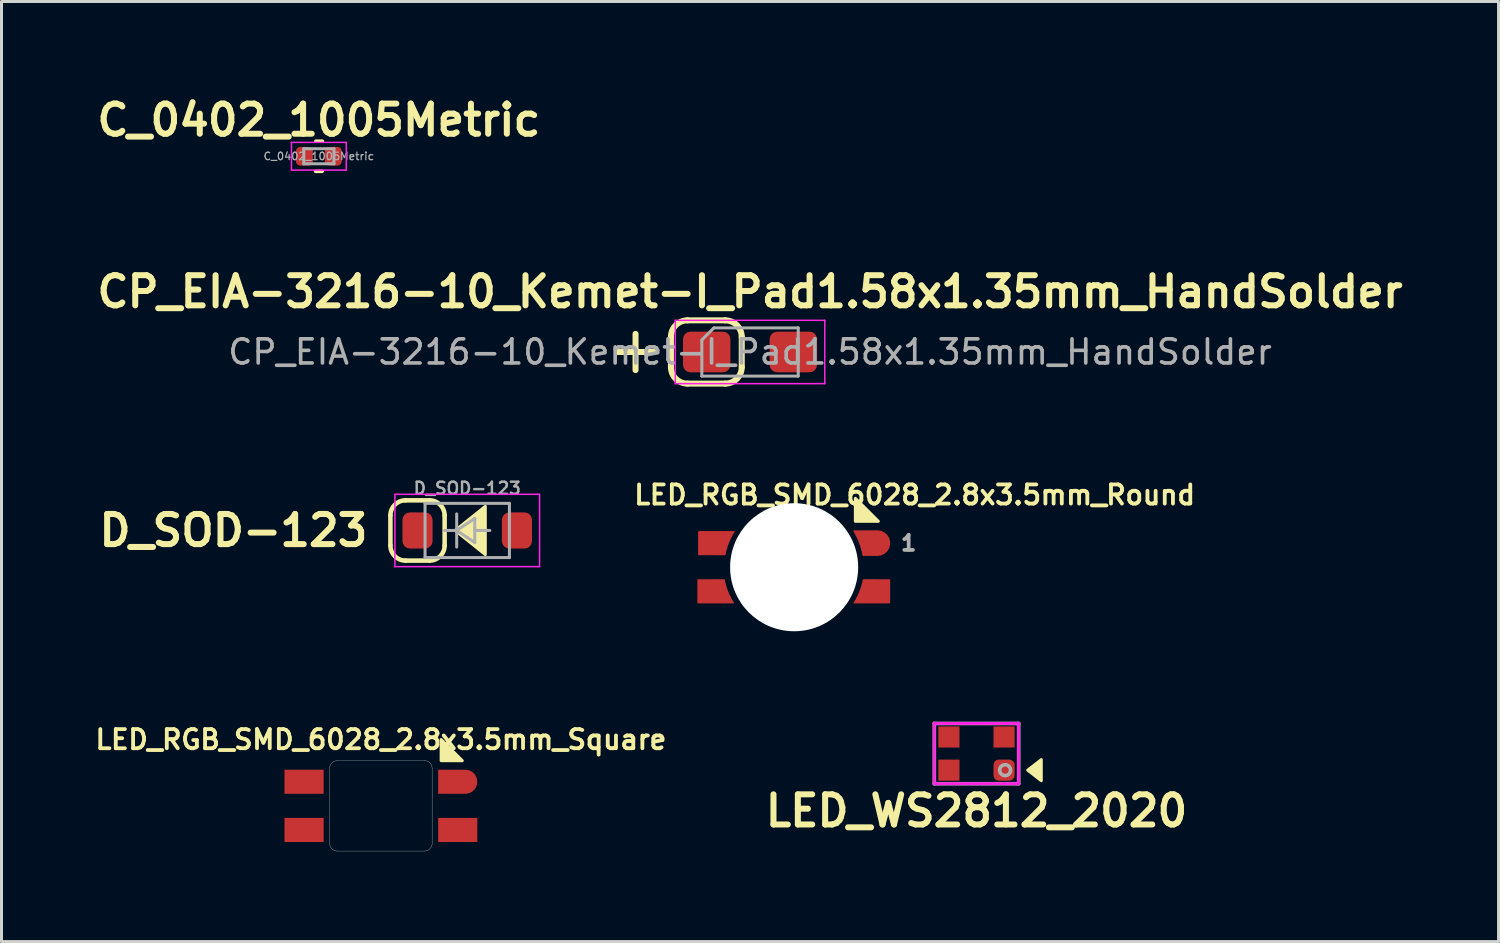
<source format=kicad_pcb>
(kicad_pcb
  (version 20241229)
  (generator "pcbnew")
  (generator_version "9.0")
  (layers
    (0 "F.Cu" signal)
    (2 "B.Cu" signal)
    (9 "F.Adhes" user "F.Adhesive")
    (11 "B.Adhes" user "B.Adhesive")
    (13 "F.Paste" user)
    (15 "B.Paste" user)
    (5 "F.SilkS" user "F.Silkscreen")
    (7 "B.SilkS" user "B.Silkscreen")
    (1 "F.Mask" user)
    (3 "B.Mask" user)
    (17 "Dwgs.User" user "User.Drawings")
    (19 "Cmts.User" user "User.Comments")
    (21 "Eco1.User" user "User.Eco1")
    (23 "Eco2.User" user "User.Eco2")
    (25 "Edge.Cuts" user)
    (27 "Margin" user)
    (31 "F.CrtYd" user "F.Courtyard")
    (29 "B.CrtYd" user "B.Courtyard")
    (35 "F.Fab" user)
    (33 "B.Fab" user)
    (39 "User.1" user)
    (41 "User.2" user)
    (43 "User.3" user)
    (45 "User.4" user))
  (footprint "C_0402_1005Metric"
    (layer "F.Cu")
    (at 7.533 2.136)
    (property "Reference" "C_0402_1005Metric" (at 0 -1.2 0) (layer "F.SilkS") (effects (font (size 1 1) (thickness 0.2))))
    (attr smd)
    (fp_line (start -0.108 0.5) (end 0.108 0.5) (stroke (width 0.12) (type solid)) (layer "F.SilkS"))
    (fp_line (start -0.1 -0.5) (end 0.116 -0.5) (stroke (width 0.12) (type solid)) (layer "F.SilkS"))
    (fp_line (start -0.91 -0.46) (end 0.91 -0.46) (stroke (width 0.05) (type solid)) (layer "F.CrtYd"))
    (fp_line (start -0.91 0.46) (end -0.91 -0.46) (stroke (width 0.05) (type solid)) (layer "F.CrtYd"))
    (fp_line (start 0.91 -0.46) (end 0.91 0.46) (stroke (width 0.05) (type solid)) (layer "F.CrtYd"))
    (fp_line (start 0.91 0.46) (end -0.91 0.46) (stroke (width 0.05) (type solid)) (layer "F.CrtYd"))
    (fp_line (start -0.5 -0.25) (end 0.5 -0.25) (stroke (width 0.1) (type solid)) (layer "F.Fab"))
    (fp_line (start -0.5 0.25) (end -0.5 -0.25) (stroke (width 0.1) (type solid)) (layer "F.Fab"))
    (fp_line (start 0.5 -0.25) (end 0.5 0.25) (stroke (width 0.1) (type solid)) (layer "F.Fab"))
    (fp_line (start 0.5 0.25) (end -0.5 0.25) (stroke (width 0.1) (type solid)) (layer "F.Fab"))
    (fp_text user "${REFERENCE}" (at 0 0 0) (layer "F.Fab") (effects (font (size 0.25 0.25) (thickness 0.04))))
    (pad "1" smd roundrect (at -0.48 0) (size 0.56 0.62) (layers "F.Cu" "F.Mask" "F.Paste") (roundrect_rratio 0.25))
    (pad "2" smd roundrect (at 0.48 0) (size 0.56 0.62) (layers "F.Cu" "F.Mask" "F.Paste") (roundrect_rratio 0.25)))
  (footprint "LED_WS2812_2020"
    (layer "F.Cu")
    (at 29.359 21.961)
    (property "Reference" "LED_WS2812_2020" (at 0 1.9 0) (layer "F.SilkS") (effects (font (size 1 1) (thickness 0.2))))
    (attr smd)
    (fp_poly (pts (xy 2.15 0.9) (xy 1.7 0.55) (xy 2.15 0.2)) (stroke (width 0.1) (type solid)) (fill yes) (layer "F.SilkS"))
    (fp_line (start -1.4 -1) (end -1.4 1) (stroke (width 0.1) (type solid)) (layer "F.CrtYd"))
    (fp_line (start -1.4 1) (end 1.4 1) (stroke (width 0.1) (type solid)) (layer "F.CrtYd"))
    (fp_line (start 1.4 -1) (end -1.4 -1) (stroke (width 0.1) (type solid)) (layer "F.CrtYd"))
    (fp_line (start 1.4 1) (end 1.4 -1) (stroke (width 0.1) (type solid)) (layer "F.CrtYd"))
    (fp_line (start -1.4 -1) (end 1.4 -1) (stroke (width 0.12) (type solid)) (layer "F.Fab"))
    (fp_line (start -1.4 1) (end -1.4 -1) (stroke (width 0.12) (type solid)) (layer "F.Fab"))
    (fp_line (start 1.4 -1) (end 1.4 1) (stroke (width 0.12) (type solid)) (layer "F.Fab"))
    (fp_line (start 1.4 1) (end -1.4 1) (stroke (width 0.12) (type solid)) (layer "F.Fab"))
    (fp_circle (center 0.95 0.55) (end 1.1 0.65) (stroke (width 0.12) (type solid)) (fill no) (layer "F.Fab"))
    (pad "1" smd roundrect (at 0.915 0.55) (size 0.7 0.7) (layers "F.Cu" "F.Mask" "F.Paste") (roundrect_rratio 0.25))
    (pad "2" smd rect (at 0.915 -0.55) (size 0.7 0.7) (layers "F.Cu" "F.Mask" "F.Paste"))
    (pad "3" smd rect (at -0.915 -0.55) (size 0.7 0.7) (layers "F.Cu" "F.Mask" "F.Paste"))
    (pad "4" smd rect (at -0.915 0.55) (size 0.7 0.7) (layers "F.Cu" "F.Mask" "F.Paste")))
  (footprint "D_SOD-123"
    (layer "F.Cu")
    (at 12.457 14.556)
    (property "Reference" "D_SOD-123" (at -3.2 0 0) (unlocked yes) (layer "F.SilkS") (effects (font (size 1 1) (thickness 0.2)) (justify right)))
    (attr smd)
    (fp_line (start -2.55 -0.5) (end -2.55 0.5) (stroke (width 0.15) (type solid)) (layer "F.SilkS"))
    (fp_line (start -2.05 -1) (end -1.25 -1) (stroke (width 0.15) (type solid)) (layer "F.SilkS"))
    (fp_line (start -1.25 1) (end -2.05 1) (stroke (width 0.15) (type solid)) (layer "F.SilkS"))
    (fp_line (start -0.75 -0.5) (end -0.75 0.5) (stroke (width 0.15) (type solid)) (layer "F.SilkS"))
    (fp_arc (start -2.55 -0.5) (mid -2.403553 -0.853553) (end -2.05 -1) (stroke (width 0.15) (type solid)) (layer "F.SilkS"))
    (fp_arc (start -2.05 1) (mid -2.403553 0.853553) (end -2.55 0.5) (stroke (width 0.15) (type solid)) (layer "F.SilkS"))
    (fp_arc (start -1.25 -1) (mid -0.896447 -0.853553) (end -0.75 -0.5) (stroke (width 0.15) (type solid)) (layer "F.SilkS"))
    (fp_arc (start -0.75 0.5) (mid -0.896447 0.853553) (end -1.25 1) (stroke (width 0.15) (type solid)) (layer "F.SilkS"))
    (fp_poly (pts (xy -0.4 0) (xy 0.6 -0.8) (xy 0.6 0.8)) (stroke (width 0.1) (type solid)) (fill yes) (layer "F.SilkS"))
    (fp_line (start -2.4 -1.2) (end -2.4 1.2) (stroke (width 0.05) (type solid)) (layer "F.CrtYd"))
    (fp_line (start -2.4 -1.2) (end 2.4 -1.2) (stroke (width 0.05) (type solid)) (layer "F.CrtYd"))
    (fp_line (start 2.4 -1.2) (end 2.4 1.2) (stroke (width 0.05) (type solid)) (layer "F.CrtYd"))
    (fp_line (start 2.4 1.2) (end -2.4 1.2) (stroke (width 0.05) (type solid)) (layer "F.CrtYd"))
    (fp_line (start -1.4 -0.9) (end 1.4 -0.9) (stroke (width 0.1) (type solid)) (layer "F.Fab"))
    (fp_line (start -1.4 0.9) (end -1.4 -0.9) (stroke (width 0.1) (type solid)) (layer "F.Fab"))
    (fp_line (start -0.75 0) (end -0.35 0) (stroke (width 0.1) (type solid)) (layer "F.Fab"))
    (fp_line (start -0.35 0) (end -0.35 -0.55) (stroke (width 0.1) (type solid)) (layer "F.Fab"))
    (fp_line (start -0.35 0) (end -0.35 0.55) (stroke (width 0.1) (type solid)) (layer "F.Fab"))
    (fp_line (start -0.35 0) (end 0.25 -0.4) (stroke (width 0.1) (type solid)) (layer "F.Fab"))
    (fp_line (start 0.25 -0.4) (end 0.25 0.4) (stroke (width 0.1) (type solid)) (layer "F.Fab"))
    (fp_line (start 0.25 0) (end 0.75 0) (stroke (width 0.1) (type solid)) (layer "F.Fab"))
    (fp_line (start 0.25 0.4) (end -0.35 0) (stroke (width 0.1) (type solid)) (layer "F.Fab"))
    (fp_line (start 1.4 -0.9) (end 1.4 0.9) (stroke (width 0.1) (type solid)) (layer "F.Fab"))
    (fp_line (start 1.4 0.9) (end -1.4 0.9) (stroke (width 0.1) (type solid)) (layer "F.Fab"))
    (fp_text user "${REFERENCE}" (at 0 -1.4 180) (layer "F.Fab") (effects (font (size 0.4 0.4) (thickness 0.08))))
    (pad "1" smd roundrect (at -1.65 0) (size 1 1.2) (layers "F.Cu" "F.Mask" "F.Paste") (roundrect_rratio 0.25))
    (pad "2" smd roundrect (at 1.65 0) (size 1 1.2) (layers "F.Cu" "F.Mask" "F.Paste") (roundrect_rratio 0.25)))
  (footprint "CP_EIA-3216-10_Kemet-I_Pad1.58x1.35mm_HandSolder"
    (layer "F.Cu")
    (at 21.843 8.632)
    (property "Reference" "CP_EIA-3216-10_Kemet-I_Pad1.58x1.35mm_HandSolder" (at 0 -2 180) (layer "F.SilkS") (effects (font (size 1 1) (thickness 0.2))))
    (attr smd)
    (fp_line (start -4.4 0) (end -3.2 0) (stroke (width 0.2) (type solid)) (layer "F.SilkS"))
    (fp_line (start -3.8 0.6) (end -3.8 -0.6) (stroke (width 0.2) (type solid)) (layer "F.SilkS"))
    (fp_line (start -2.625 -0.5) (end -2.625 0.5) (stroke (width 0.2) (type solid)) (layer "F.SilkS"))
    (fp_line (start -2.075 1.05) (end -0.825 1.05) (stroke (width 0.2) (type solid)) (layer "F.SilkS"))
    (fp_line (start -2.075 -1.05) (end -0.825 -1.05) (stroke (width 0.2) (type solid)) (layer "F.SilkS"))
    (fp_line (start -0.275 -0.5) (end -0.275 0.5) (stroke (width 0.2) (type solid)) (layer "F.SilkS"))
    (fp_arc (start -2.625002 -0.500002) (mid -2.463909 -0.88891) (end -2.075 -1.05) (stroke (width 0.2) (type solid)) (layer "F.SilkS"))
    (fp_arc (start -2.075004 1.050002) (mid -2.463912 0.888909) (end -2.625002 0.5) (stroke (width 0.2) (type solid)) (layer "F.SilkS"))
    (fp_arc (start -0.824998 -1.050002) (mid -0.43609 -0.888909) (end -0.275 -0.5) (stroke (width 0.2) (type solid)) (layer "F.SilkS"))
    (fp_arc (start -0.275 0.500002) (mid -0.436093 0.88891) (end -0.825002 1.05) (stroke (width 0.2) (type solid)) (layer "F.SilkS"))
    (fp_line (start -2.48 -1.05) (end 2.48 -1.05) (stroke (width 0.05) (type solid)) (layer "F.CrtYd"))
    (fp_line (start -2.48 1.05) (end -2.48 -1.05) (stroke (width 0.05) (type solid)) (layer "F.CrtYd"))
    (fp_line (start 2.48 -1.05) (end 2.48 1.05) (stroke (width 0.05) (type solid)) (layer "F.CrtYd"))
    (fp_line (start 2.48 1.05) (end -2.48 1.05) (stroke (width 0.05) (type solid)) (layer "F.CrtYd"))
    (fp_line (start -1.6 -0.4) (end -1.6 0.8) (stroke (width 0.1) (type solid)) (layer "F.Fab"))
    (fp_line (start -1.6 0.8) (end 1.6 0.8) (stroke (width 0.1) (type solid)) (layer "F.Fab"))
    (fp_line (start -1.2 -0.8) (end -1.6 -0.4) (stroke (width 0.1) (type solid)) (layer "F.Fab"))
    (fp_line (start 1.6 -0.8) (end -1.2 -0.8) (stroke (width 0.1) (type solid)) (layer "F.Fab"))
    (fp_line (start 1.6 0.8) (end 1.6 -0.8) (stroke (width 0.1) (type solid)) (layer "F.Fab"))
    (fp_text user "${REFERENCE}" (at 0 0 180) (layer "F.Fab") (effects (font (size 0.8 0.8) (thickness 0.12))))
    (pad "1" smd roundrect (at -1.438 0) (size 1.575 1.35) (layers "F.Cu" "F.Mask" "F.Paste") (roundrect_rratio 0.185))
    (pad "2" smd roundrect (at 1.438 0) (size 1.575 1.35) (layers "F.Cu" "F.Mask" "F.Paste") (roundrect_rratio 0.185)))
  (footprint "LED_RGB_SMD_6028_2.8x3.5mm_Square"
    (layer "F.Cu")
    (at 9.592 23.696)
    (property "Reference" "LED_RGB_SMD_6028_2.8x3.5mm_Square" (at 0 -2.2 0) (layer "F.SilkS") (effects (font (size 0.635 0.635) (thickness 0.127))))
    (attr smd)
    (fp_poly (pts (xy 2.7 -1.5) (xy 2 -1.5) (xy 2 -2.2)) (stroke (width 0.1) (type solid)) (fill yes) (layer "F.SilkS"))
    (fp_line (start -1.7 1.25) (end -1.7 -1.25) (stroke (width 0.01) (type solid)) (layer "Edge.Cuts"))
    (fp_line (start -1.45 1.5) (end 1.45 1.5) (stroke (width 0.01) (type solid)) (layer "Edge.Cuts"))
    (fp_line (start -1.45 -1.5) (end 1.45 -1.5) (stroke (width 0.01) (type solid)) (layer "Edge.Cuts"))
    (fp_line (start 1.7 1.25) (end 1.7 -1.25) (stroke (width 0.01) (type solid)) (layer "Edge.Cuts"))
    (fp_arc (start -1.700001 -1.250001) (mid -1.626777 -1.426777) (end -1.45 -1.5) (stroke (width 0.01) (type solid)) (layer "Edge.Cuts"))
    (fp_arc (start -1.450002 1.5) (mid -1.626778 1.426776) (end -1.700001 1.249999) (stroke (width 0.01) (type solid)) (layer "Edge.Cuts"))
    (fp_arc (start 1.450001 -1.5) (mid 1.626777 -1.426776) (end 1.7 -1.249999) (stroke (width 0.01) (type solid)) (layer "Edge.Cuts"))
    (fp_arc (start 1.7 1.250001) (mid 1.626776 1.426777) (end 1.449999 1.5) (stroke (width 0.01) (type solid)) (layer "Edge.Cuts"))
    (pad "1" smd trapezoid (at -2.55 0.8) (size 1.3 0.8) (layers "F.Cu" "F.Mask" "F.Paste"))
    (pad "2" smd trapezoid (at -2.55 -0.8) (size 1.3 0.8) (layers "F.Cu" "F.Mask" "F.Paste"))
    (pad "3" smd trapezoid (at 2.55 0.8) (size 1.3 0.8) (layers "F.Cu" "F.Mask" "F.Paste"))
    (pad "4" smd custom (at 2.8 -0.8) (size 0.8 0.8) (layers "F.Cu" "F.Mask" "F.Paste") (options (anchor circle)) (primitives (gr_poly (pts (xy 0 0.4) (xy -0.9 0.4) (xy -0.9 -0.4) (xy 0 -0.4)) (width 0) (fill yes)))))
  (footprint "LED_RGB_SMD_6028_2.8x3.5mm_Round"
    (layer "F.Cu")
    (at 23.307 15.776)
    (property "Reference" "LED_RGB_SMD_6028_2.8x3.5mm_Round" (at 4 -2.4 0) (layer "F.SilkS") (effects (font (size 0.635 0.635) (thickness 0.127))))
    (attr smd)
    (fp_poly (pts (xy 2.794 -1.524) (xy 2.032 -1.524) (xy 2.032 -2.286)) (stroke (width 0.1) (type solid)) (fill yes) (layer "F.SilkS"))
    (fp_text user "1" (at 3.8 -0.8 0) (layer "F.Fab") (effects (font (size 0.5 0.5) (thickness 0.125))))
    (pad "" np_thru_hole circle (at 0 0 180) (size 4.25 4.25) (drill 4.25) (layers "*.Cu" "*.Mask"))
    (pad "1" smd custom (at -2.667 0.8 180) (size 0.5 0.5) (layers "F.Cu" "F.Mask" "F.Paste") (options (anchor circle)) (primitives (gr_arc (start -0.65 -0.38) (mid -0.461984 -0.014048) (end -0.346215 0.380753) (width 0.04)) (gr_line (start 0.525 0.38) (end -0.346 0.383) (width 0.04)) (gr_line (start 0.525 0.38) (end 0.525 -0.38) (width 0.04)) (gr_poly (pts (xy -0.325 0.375) (xy 0.525 0.375) (xy 0.525 -0.375) (xy -0.625 -0.375) (xy -0.425 0.025)) (width 0.04) (fill yes)) (gr_line (start 0.525 -0.38) (end -0.65 -0.38) (width 0.04))))
    (pad "2" smd custom (at -2.642 -0.8 180) (size 0.5 0.5) (layers "F.Cu" "F.Mask" "F.Paste") (options (anchor circle)) (primitives (gr_arc (start -0.346215 -0.380753) (mid -0.461984 0.014048) (end -0.65 0.38) (width 0.04)) (gr_line (start 0.525 -0.38) (end -0.346 -0.383) (width 0.04)) (gr_line (start 0.525 -0.38) (end 0.525 0.38) (width 0.04)) (gr_poly (pts (xy -0.325 -0.375) (xy 0.525 -0.375) (xy 0.525 0.375) (xy -0.625 0.375) (xy -0.425 -0.025)) (width 0.04) (fill yes)) (gr_line (start 0.525 0.38) (end -0.65 0.38) (width 0.04))))
    (pad "3" smd custom (at 2.565 -0.8) (size 0.5 0.5) (layers "F.Cu" "F.Mask" "F.Paste") (options (anchor circle)) (primitives (gr_poly (pts (xy -0.55 -0.4) (xy -0.45 -0.2) (xy -0.35 0.025) (xy -0.3 0.25) (xy -0.25 0.4) (xy 0.175 0.4) (xy 0.175 -0.4)) (width 0.04) (fill yes)) (gr_line (start -0.575 -0.4) (end 0.2 -0.4) (width 0.05)) (gr_arc (start -0.575704 -0.399073) (mid -0.388113 -0.01355) (end -0.275001 0.4) (width 0.05)) (gr_arc (start 0.2 -0.4) (mid 0.6 0) (end 0.2 0.4) (width 0.05)) (gr_circle (center 0.2 0) (end 0.4 0) (width 0.4) (fill no)) (gr_line (start -0.275 0.4) (end 0.2 0.4) (width 0.05))))
    (pad "4" smd custom (at 2.642 0.8) (size 0.5 0.5) (layers "F.Cu" "F.Mask" "F.Paste") (options (anchor circle)) (primitives (gr_arc (start -0.346215 -0.380753) (mid -0.461984 0.014048) (end -0.65 0.38) (width 0.04)) (gr_line (start 0.525 -0.38) (end -0.346 -0.383) (width 0.04)) (gr_line (start 0.525 -0.38) (end 0.525 0.38) (width 0.04)) (gr_poly (pts (xy -0.325 -0.375) (xy 0.525 -0.375) (xy 0.525 0.375) (xy -0.625 0.375) (xy -0.425 -0.025)) (width 0.04) (fill yes)) (gr_line (start 0.525 0.38) (end -0.65 0.38) (width 0.04)))))
  (gr_rect
    (start -3 -3)
    (end 46.686 28.201)
    (stroke (width 0.1) (type default))
    (fill no)
    (layer "Edge.Cuts")))
</source>
